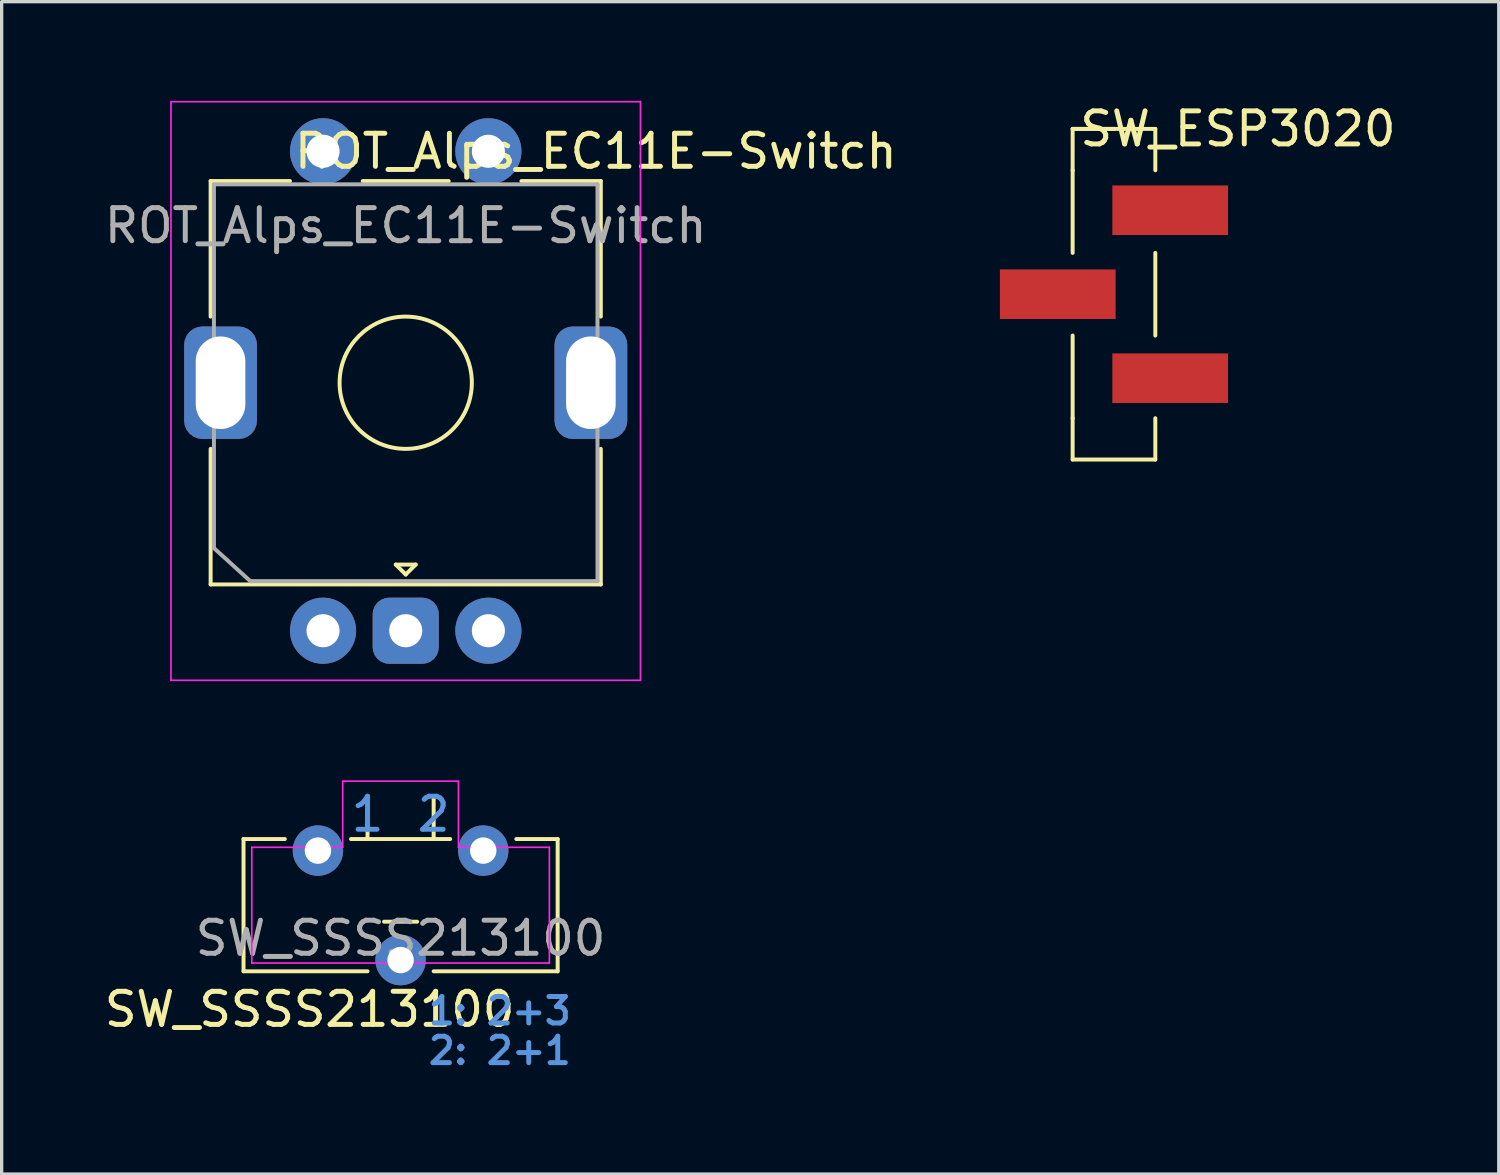
<source format=kicad_pcb>
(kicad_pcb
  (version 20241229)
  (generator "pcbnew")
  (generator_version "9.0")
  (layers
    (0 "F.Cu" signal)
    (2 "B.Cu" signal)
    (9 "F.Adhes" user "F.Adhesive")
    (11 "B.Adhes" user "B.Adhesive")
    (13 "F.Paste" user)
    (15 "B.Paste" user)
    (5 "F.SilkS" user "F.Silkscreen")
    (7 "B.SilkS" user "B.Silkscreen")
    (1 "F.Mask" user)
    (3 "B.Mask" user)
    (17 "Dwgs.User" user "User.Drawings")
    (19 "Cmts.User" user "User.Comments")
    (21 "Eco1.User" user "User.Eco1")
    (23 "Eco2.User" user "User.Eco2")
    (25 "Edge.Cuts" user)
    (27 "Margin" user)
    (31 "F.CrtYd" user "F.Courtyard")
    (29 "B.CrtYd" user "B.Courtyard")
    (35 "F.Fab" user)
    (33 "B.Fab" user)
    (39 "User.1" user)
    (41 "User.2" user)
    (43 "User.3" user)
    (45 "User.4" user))
  (footprint "ROT_Alps_EC11E-Switch"
    (layer "F.Cu")
    (at 9.22 8.525)
    (property "Reference" "ROT_Alps_EC11E-Switch" (at 5.75 -7 180) (layer "F.SilkS") (effects (font (size 1 1) (thickness 0.15))))
    (attr through_hole)
    (fp_line (start -5.9 -6.1) (end -3.5 -6.1) (stroke (width 0.12) (type solid)) (layer "F.SilkS"))
    (fp_line (start -5.9 -2) (end -5.9 -6.1) (stroke (width 0.12) (type solid)) (layer "F.SilkS"))
    (fp_line (start -5.9 2) (end -5.9 6.1) (stroke (width 0.12) (type solid)) (layer "F.SilkS"))
    (fp_line (start -5.9 6.1) (end 5.9 6.1) (stroke (width 0.12) (type solid)) (layer "F.SilkS"))
    (fp_line (start -1.3 -6.1) (end 1.3 -6.1) (stroke (width 0.12) (type solid)) (layer "F.SilkS"))
    (fp_line (start -0.3 5.5) (end 0.3 5.5) (stroke (width 0.12) (type solid)) (layer "F.SilkS"))
    (fp_line (start 0 5.8) (end -0.3 5.5) (stroke (width 0.12) (type solid)) (layer "F.SilkS"))
    (fp_line (start 0.3 5.5) (end 0 5.8) (stroke (width 0.12) (type solid)) (layer "F.SilkS"))
    (fp_line (start 3.5 -6.1) (end 5.9 -6.1) (stroke (width 0.12) (type solid)) (layer "F.SilkS"))
    (fp_line (start 5.9 -6.1) (end 5.9 -2) (stroke (width 0.12) (type solid)) (layer "F.SilkS"))
    (fp_line (start 5.9 2) (end 5.9 6.1) (stroke (width 0.12) (type solid)) (layer "F.SilkS"))
    (fp_circle (center 0 0) (end 0 -2) (stroke (width 0.12) (type solid)) (fill no) (layer "F.SilkS"))
    (fp_line (start -7.1 9) (end -7.1 -8.5) (stroke (width 0.05) (type solid)) (layer "F.CrtYd"))
    (fp_line (start -7.1 9) (end 7.1 9) (stroke (width 0.05) (type solid)) (layer "F.CrtYd"))
    (fp_line (start 7.1 -8.5) (end -7.1 -8.5) (stroke (width 0.05) (type solid)) (layer "F.CrtYd"))
    (fp_line (start 7.1 -8.5) (end 7.1 9) (stroke (width 0.05) (type solid)) (layer "F.CrtYd"))
    (fp_line (start -5.8 -6) (end 5.8 -6) (stroke (width 0.12) (type solid)) (layer "F.Fab"))
    (fp_line (start -5.8 5) (end -5.8 -6) (stroke (width 0.12) (type solid)) (layer "F.Fab"))
    (fp_line (start -4.7 6) (end -5.8 5) (stroke (width 0.12) (type solid)) (layer "F.Fab"))
    (fp_line (start 5.8 -6) (end 5.8 6) (stroke (width 0.12) (type solid)) (layer "F.Fab"))
    (fp_line (start 5.8 6) (end -4.7 6) (stroke (width 0.12) (type solid)) (layer "F.Fab"))
    (fp_text user "${REFERENCE}" (at 0 -4.75 180) (layer "F.Fab") (effects (font (size 1 1) (thickness 0.15))))
    (pad "A" thru_hole circle (at -2.5 7.5 90) (size 2 2) (drill 1) (layers "*.Cu" "B.Mask"))
    (pad "B" thru_hole circle (at 2.5 7.5 90) (size 2 2) (drill 1) (layers "*.Cu" "B.Mask"))
    (pad "C" thru_hole roundrect (at 0 7.5 90) (size 2 2) (drill 1) (layers "*.Cu" "B.Mask") (roundrect_rratio 0.25))
    (pad "MP" thru_hole roundrect (at -5.6 0 90) (size 3.4 2.2) (drill oval 2.8 1.5) (layers "*.Cu" "B.Mask") (roundrect_rratio 0.25))
    (pad "MP" thru_hole roundrect (at 5.6 0 90) (size 3.4 2.2) (drill oval 2.8 1.5) (layers "*.Cu" "B.Mask") (roundrect_rratio 0.25))
    (pad "S1" thru_hole circle (at 2.5 -7 90) (size 2 2) (drill 1) (layers "*.Cu" "B.Mask"))
    (pad "S2" thru_hole circle (at -2.5 -7 90) (size 2 2) (drill 1) (layers "*.Cu" "B.Mask")))
  (footprint "SW_ESP3020"
    (layer "F.Cu")
    (at 30.64 5.848)
    (property "Reference" "SW_ESP3020" (at 3.75 -5 0) (layer "F.SilkS") (effects (font (size 1 1) (thickness 0.15))))
    (attr smd exclude_from_pos_files exclude_from_bom)
    (fp_line (start -1.25 -5) (end -1.25 -3.75) (stroke (width 0.12) (type solid)) (layer "F.SilkS"))
    (fp_line (start -1.25 -5) (end 1.25 -5) (stroke (width 0.12) (type solid)) (layer "F.SilkS"))
    (fp_line (start -1.25 -1.25) (end -1.25 -3.75) (stroke (width 0.12) (type solid)) (layer "F.SilkS"))
    (fp_line (start -1.25 3.75) (end -1.25 1.25) (stroke (width 0.12) (type solid)) (layer "F.SilkS"))
    (fp_line (start -1.25 5) (end -1.25 3.75) (stroke (width 0.12) (type solid)) (layer "F.SilkS"))
    (fp_line (start 0 -5) (end -1.25 -5) (stroke (width 0.12) (type solid)) (layer "F.SilkS"))
    (fp_line (start 1.25 -5) (end 1.25 -3.75) (stroke (width 0.12) (type solid)) (layer "F.SilkS"))
    (fp_line (start 1.25 -1.25) (end 1.25 1.25) (stroke (width 0.12) (type solid)) (layer "F.SilkS"))
    (fp_line (start 1.25 5) (end -1.25 5) (stroke (width 0.12) (type solid)) (layer "F.SilkS"))
    (fp_line (start 1.25 5) (end 1.25 3.75) (stroke (width 0.12) (type solid)) (layer "F.SilkS"))
    (pad "1" smd rect (at 1.7 -2.54) (size 3.5 1.5) (layers "F.Cu" "F.Mask" "F.Paste"))
    (pad "2" smd rect (at -1.7 0) (size 3.5 1.5) (layers "F.Cu" "F.Mask" "F.Paste"))
    (pad "3" smd rect (at 1.7 2.54) (size 3.5 1.5) (layers "F.Cu" "F.Mask" "F.Paste")))
  (footprint "SW_SSSS213100"
    (layer "F.Cu")
    (at 9.065 24.325)
    (property "Reference" "SW_SSSS213100" (at -2.75 3.15 0) (unlocked yes) (layer "F.SilkS") (effects (font (size 1 1) (thickness 0.15))))
    (attr through_hole)
    (fp_line (start -4.75 -2) (end -4.75 2) (stroke (width 0.12) (type solid)) (layer "F.SilkS"))
    (fp_line (start -4.75 -2) (end -3.5 -2) (stroke (width 0.12) (type solid)) (layer "F.SilkS"))
    (fp_line (start -4.75 2) (end -1 2) (stroke (width 0.12) (type solid)) (layer "F.SilkS"))
    (fp_line (start -1.5 -2) (end 1.5 -2) (stroke (width 0.12) (type solid)) (layer "F.SilkS"))
    (fp_line (start -1 -2) (end -1 -3.25) (stroke (width 0.12) (type solid)) (layer "F.SilkS"))
    (fp_line (start -0.5 0.5) (end 0.5 0.5) (stroke (width 0.12) (type solid)) (layer "F.SilkS"))
    (fp_line (start 1 -2) (end 1 -3.25) (stroke (width 0.12) (type solid)) (layer "F.SilkS"))
    (fp_line (start 1 2) (end 4.75 2) (stroke (width 0.12) (type solid)) (layer "F.SilkS"))
    (fp_line (start 4.75 -2) (end 3.5 -2) (stroke (width 0.12) (type solid)) (layer "F.SilkS"))
    (fp_line (start 4.75 2) (end 4.75 -2) (stroke (width 0.12) (type solid)) (layer "F.SilkS"))
    (fp_line (start -4.5 -1.75) (end -1.75 -1.75) (stroke (width 0.05) (type solid)) (layer "F.CrtYd"))
    (fp_line (start -4.5 1.75) (end -4.5 -1.75) (stroke (width 0.05) (type solid)) (layer "F.CrtYd"))
    (fp_line (start -1.75 -3.75) (end -1.75 -1.75) (stroke (width 0.05) (type solid)) (layer "F.CrtYd"))
    (fp_line (start -1.75 -3.75) (end 1.75 -3.75) (stroke (width 0.05) (type solid)) (layer "F.CrtYd"))
    (fp_line (start 1.75 -3.75) (end 1.75 -1.75) (stroke (width 0.05) (type solid)) (layer "F.CrtYd"))
    (fp_line (start 1.75 -1.75) (end 4.5 -1.75) (stroke (width 0.05) (type solid)) (layer "F.CrtYd"))
    (fp_line (start 4.5 -1.75) (end 4.5 1.75) (stroke (width 0.05) (type solid)) (layer "F.CrtYd"))
    (fp_line (start 4.5 1.75) (end -4.5 1.75) (stroke (width 0.05) (type solid)) (layer "F.CrtYd"))
    (fp_text user "1" (at -1 -2.75 0) (unlocked yes) (layer "Cmts.User") (effects (font (size 1 1) (thickness 0.15))))
    (fp_text user "2" (at 1 -2.75 0) (unlocked yes) (layer "Cmts.User") (effects (font (size 1 1) (thickness 0.15))))
    (fp_text user "1: 2+3" (at 3 3.2 0) (unlocked yes) (layer "Cmts.User") (effects (font (size 0.8 0.8) (thickness 0.15))))
    (fp_text user "2: 2+1" (at 3 4.4 0) (unlocked yes) (layer "Cmts.User") (effects (font (size 0.8 0.8) (thickness 0.15))))
    (fp_text user "${REFERENCE}" (at 0 1 0) (unlocked yes) (layer "F.Fab") (effects (font (size 1 1) (thickness 0.15))))
    (pad "1" thru_hole circle (at 2.5 -1.65) (size 1.524 1.524) (drill 0.8) (layers "*.Cu" "B.Mask"))
    (pad "2" thru_hole circle (at 0 1.66) (size 1.524 1.524) (drill 0.8) (layers "*.Cu" "B.Mask"))
    (pad "3" thru_hole circle (at -2.5 -1.65) (size 1.524 1.524) (drill 0.8) (layers "*.Cu" "B.Mask")))
  (gr_rect
    (start -3 -3)
    (end 42.277 32.456)
    (stroke (width 0.1) (type default))
    (fill no)
    (layer "Edge.Cuts")))
</source>
